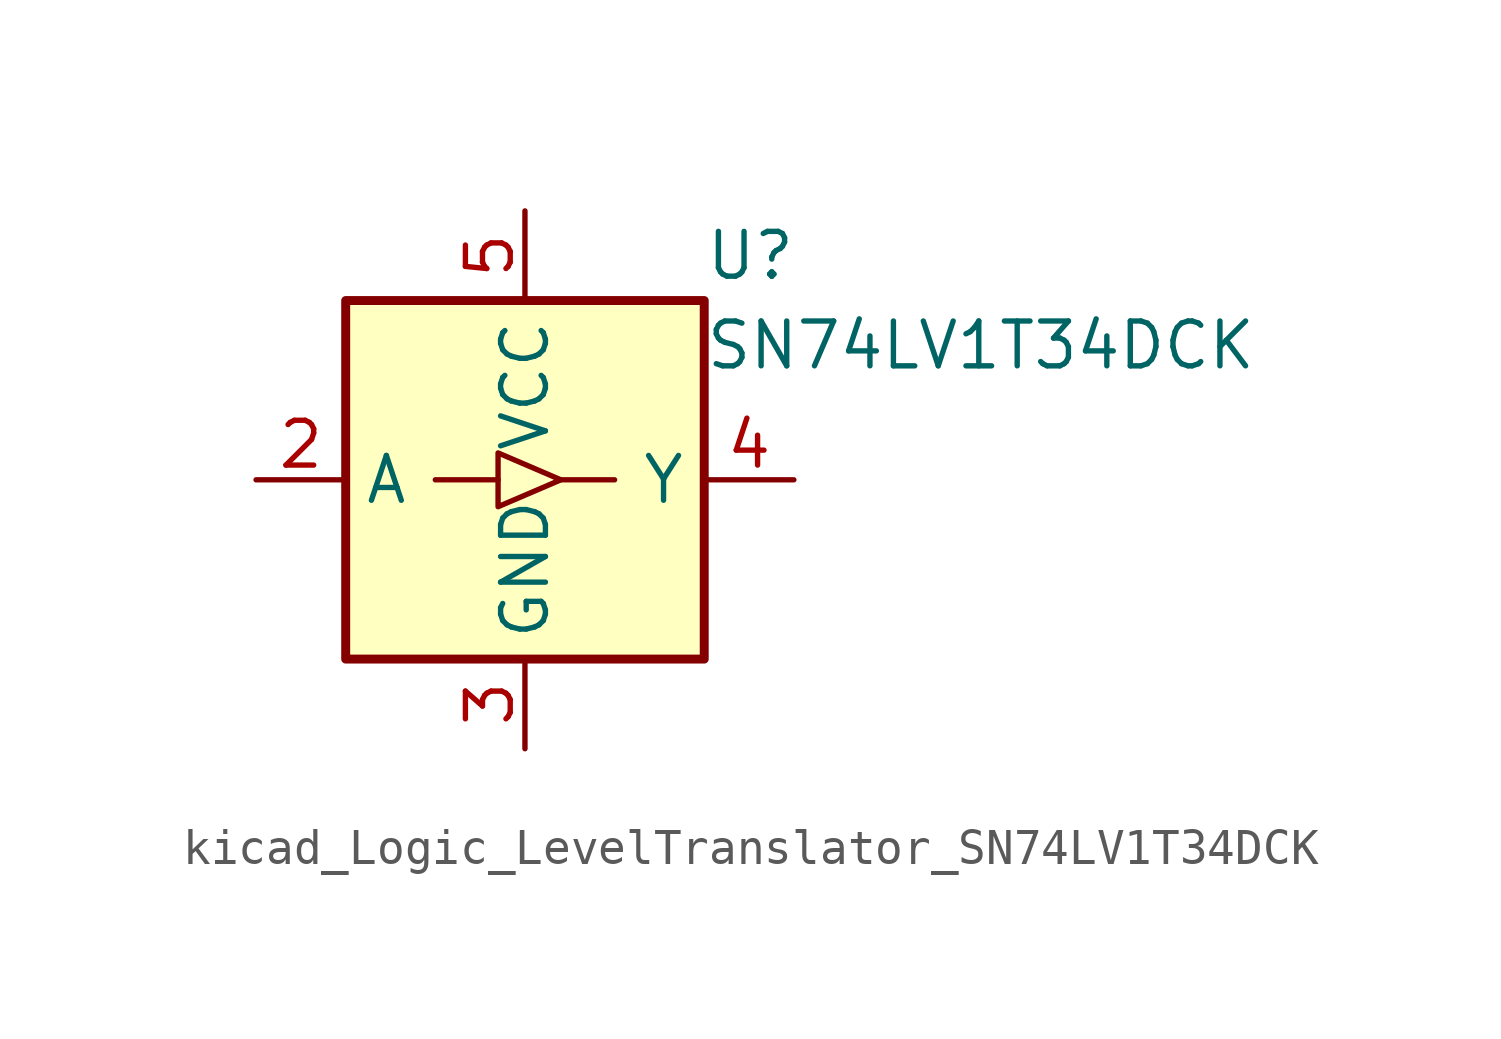
<source format=kicad_sym>
(kicad_symbol_lib
  (version 20220914)
  (generator kicad_symbol_editor)
  (symbol "kicad_Logic_LevelTranslator_SN74LV1T34DCK"
    (property "Reference" "U"
      (at 5.08 6.35 0)
      (effects (font (size 1.27 1.27)) (justify left)))
    (property "Value" "SN74LV1T34DCK"
      (at 5.08 3.81 0)
      (effects (font (size 1.27 1.27)) (justify left)))
    (symbol "kicad_Logic_LevelTranslator_SN74LV1T34DCK_0_1"
      (rectangle (start -5.08 5.08) (end 5.08 -5.08) (stroke (width 0.254) (type default)) (fill (type background)))
      (polyline (pts (xy -0.762 0) (xy -2.54 0)) (stroke (width 0) (type default)) (fill (type none)))
      (polyline (pts (xy 1.016 0) (xy 2.54 0)) (stroke (width 0) (type default)) (fill (type none))))
    (symbol "kicad_Logic_LevelTranslator_SN74LV1T34DCK_1_1"
      (polyline (pts (xy -0.762 -0.762) (xy -0.762 0.762) (xy 1.016 0) (xy -0.762 -0.762)) (stroke (width 0) (type default)) (fill (type none)))
      (pin no_connect line (at -5.08 2.54 0) (length 2.54) hide (name "NC" (effects (font (size 1.27 1.27)))) (number "1" (effects (font (size 1.27 1.27)))))
      (pin input line (at -7.62 0 0) (length 2.54) (name "A" (effects (font (size 1.27 1.27)))) (number "2" (effects (font (size 1.27 1.27)))))
      (pin power_in line (at 0 -7.62 90) (length 2.54) (name "GND" (effects (font (size 1.27 1.27)))) (number "3" (effects (font (size 1.27 1.27)))))
      (pin output line (at 7.62 0 180) (length 2.54) (name "Y" (effects (font (size 1.27 1.27)))) (number "4" (effects (font (size 1.27 1.27)))))
      (pin power_in line (at 0 7.62 270) (length 2.54) (name "VCC" (effects (font (size 1.27 1.27)))) (number "5" (effects (font (size 1.27 1.27))))))))
</source>
